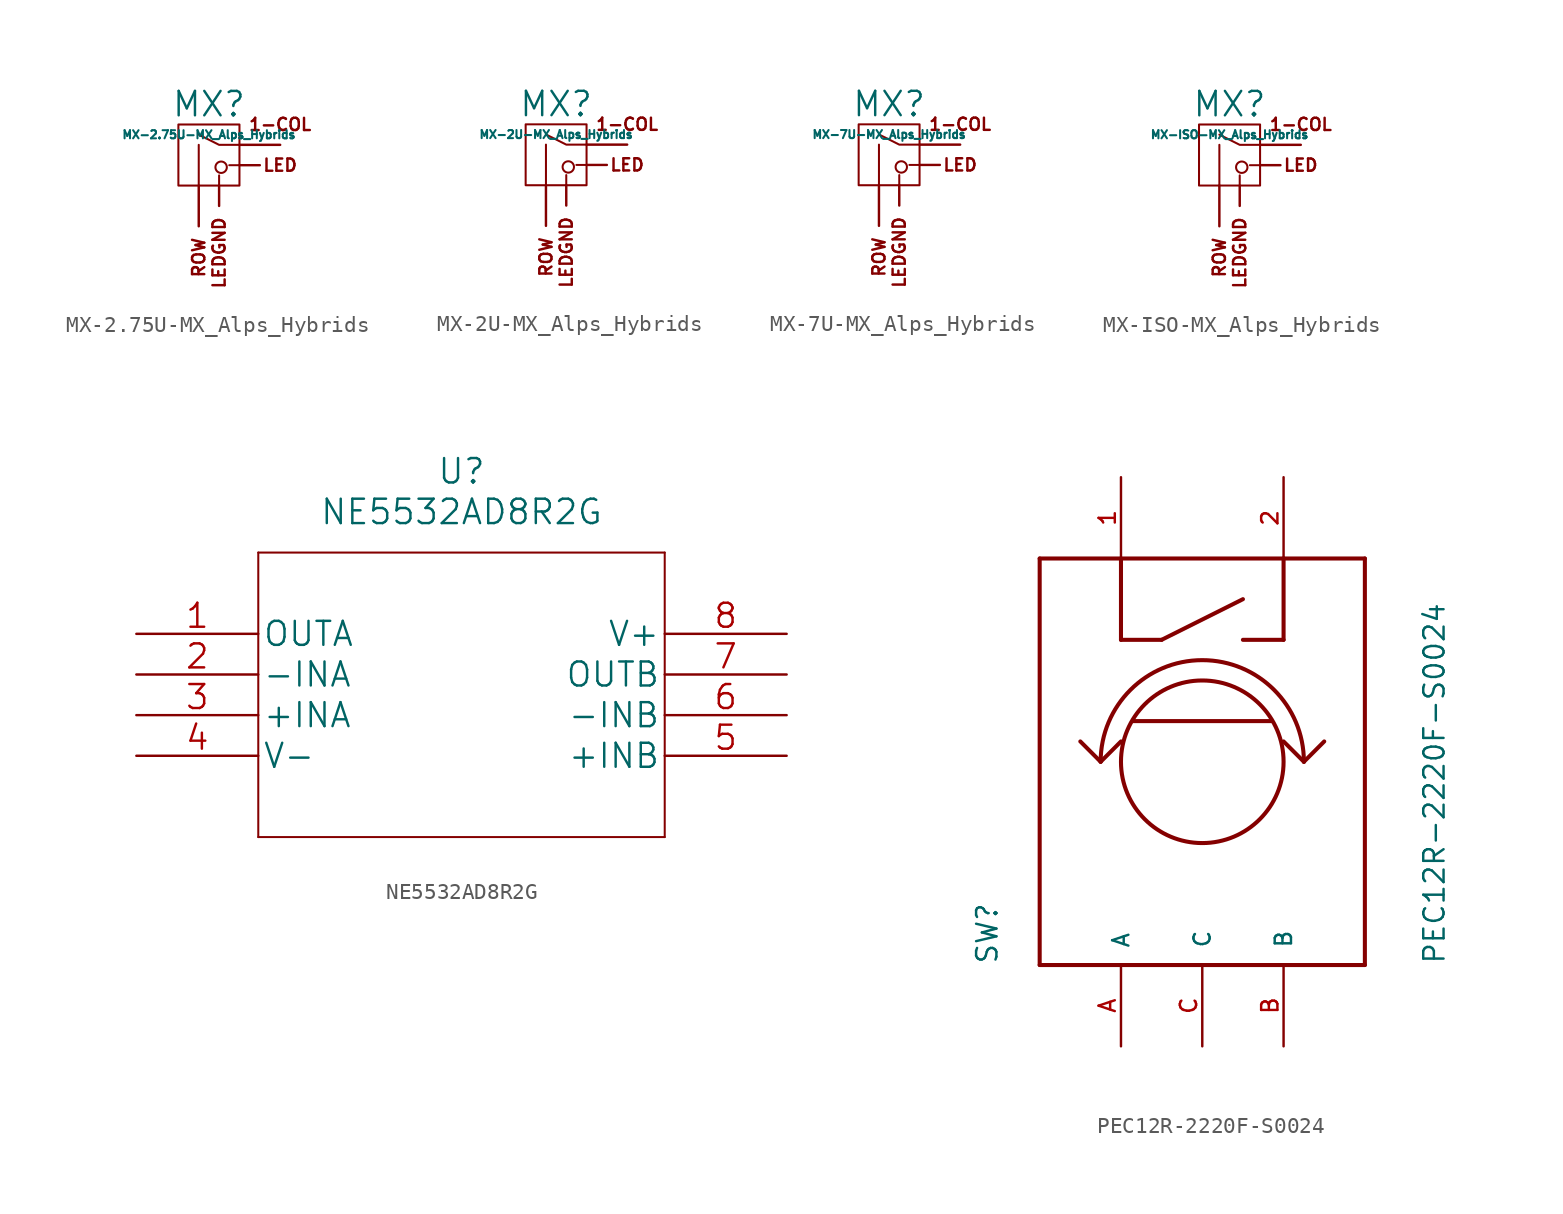
<source format=kicad_sym>
(kicad_symbol_lib
  (version 20241209)
  (generator "kicad_symbol_editor")
  (generator_version "9.0")
  (symbol "MX-2.75U-MX_Alps_Hybrids"
    (pin_names
      (offset 1.016))
    (property "Reference" "MX"
      (at 0 3.175 0)
      (effects (font (size 1.524 1.524))))
    (property "Value" "MX-2.75U-MX_Alps_Hybrids"
      (at 0 1.27 0)
      (effects (font (size 0.508 0.508))))
    (symbol "MX-2.75U-MX_Alps_Hybrids_0_0"
      (polyline (pts (xy -0.635 -1.905) (xy -0.635 0.635)) (stroke (width 0.127) (type solid)) (fill (type none)))
      (polyline (pts (xy 0.635 -1.905) (xy 0.635 -1.27)) (stroke (width 0.127) (type solid)) (fill (type none)))
      (circle (center 0.762 -0.762) (radius 0.356) (stroke (width 0.127) (type solid)) (fill (type none)))
      (polyline (pts (xy 1.905 0.635) (xy 0.635 0.635) (xy -0.635 1.27)) (stroke (width 0.127) (type solid)) (fill (type none)))
      (polyline (pts (xy 1.905 -0.635) (xy 1.27 -0.635)) (stroke (width 0.127) (type solid)) (fill (type none)))
      (rectangle (start 1.905 -1.905) (end -1.905 1.905) (stroke (width 0.127) (type solid)) (fill (type none)))
      (text "ROW" (at -0.635 -5.08 900) (effects (font (size 0.762 0.762)) (justify right)))
      (text "1-COL" (at 4.445 1.905 0) (effects (font (size 0.762 0.762))))
      (text "LED" (at 4.445 -0.635 0) (effects (font (size 0.762 0.762)))))
    (symbol "MX-2.75U-MX_Alps_Hybrids_1_0"
      (text "LEDGND" (at 0.635 -3.81 900) (effects (font (size 0.762 0.762)) (justify right))))
    (symbol "MX-2.75U-MX_Alps_Hybrids_1_1"
      (pin passive line (at -0.635 -4.445 90) (length 2.54) (name "ROW" (effects (font (size 0 0)))) (number "2" (effects (font (size 0 0)))))
      (pin passive line (at 0.635 -3.175 90) (length 1.27) (name "LEDGND" (effects (font (size 0 0)))) (number "4" (effects (font (size 0 0)))))
      (pin passive line (at 3.175 -0.635 180) (length 1.27) (name "LED" (effects (font (size 0 0)))) (number "3" (effects (font (size 0 0)))))
      (pin passive line (at 4.445 0.635 180) (length 2.54) (name "COL" (effects (font (size 0 0)))) (number "1" (effects (font (size 0 0)))))))
  (symbol "MX-2U-MX_Alps_Hybrids"
    (pin_names
      (offset 1.016))
    (property "Reference" "MX"
      (at 0 3.175 0)
      (effects (font (size 1.524 1.524))))
    (property "Value" "MX-2U-MX_Alps_Hybrids"
      (at 0 1.27 0)
      (effects (font (size 0.508 0.508))))
    (symbol "MX-2U-MX_Alps_Hybrids_0_0"
      (polyline (pts (xy -0.635 -1.905) (xy -0.635 0.635)) (stroke (width 0.127) (type solid)) (fill (type none)))
      (polyline (pts (xy 0.635 -1.905) (xy 0.635 -1.27)) (stroke (width 0.127) (type solid)) (fill (type none)))
      (circle (center 0.762 -0.762) (radius 0.356) (stroke (width 0.127) (type solid)) (fill (type none)))
      (polyline (pts (xy 1.905 0.635) (xy 0.635 0.635) (xy -0.635 1.27)) (stroke (width 0.127) (type solid)) (fill (type none)))
      (polyline (pts (xy 1.905 -0.635) (xy 1.27 -0.635)) (stroke (width 0.127) (type solid)) (fill (type none)))
      (rectangle (start 1.905 -1.905) (end -1.905 1.905) (stroke (width 0.127) (type solid)) (fill (type none)))
      (text "ROW" (at -0.635 -5.08 900) (effects (font (size 0.762 0.762)) (justify right)))
      (text "1-COL" (at 4.445 1.905 0) (effects (font (size 0.762 0.762))))
      (text "LED" (at 4.445 -0.635 0) (effects (font (size 0.762 0.762)))))
    (symbol "MX-2U-MX_Alps_Hybrids_1_0"
      (text "LEDGND" (at 0.635 -3.81 900) (effects (font (size 0.762 0.762)) (justify right))))
    (symbol "MX-2U-MX_Alps_Hybrids_1_1"
      (pin passive line (at -0.635 -4.445 90) (length 2.54) (name "ROW" (effects (font (size 0 0)))) (number "2" (effects (font (size 0 0)))))
      (pin passive line (at 0.635 -3.175 90) (length 1.27) (name "LEDGND" (effects (font (size 0 0)))) (number "4" (effects (font (size 0 0)))))
      (pin passive line (at 3.175 -0.635 180) (length 1.27) (name "LED" (effects (font (size 0 0)))) (number "3" (effects (font (size 0 0)))))
      (pin passive line (at 4.445 0.635 180) (length 2.54) (name "COL" (effects (font (size 0 0)))) (number "1" (effects (font (size 0 0)))))))
  (symbol "MX-7U-MX_Alps_Hybrids"
    (pin_names
      (offset 1.016))
    (property "Reference" "MX"
      (at 0 3.175 0)
      (effects (font (size 1.524 1.524))))
    (property "Value" "MX-7U-MX_Alps_Hybrids"
      (at 0 1.27 0)
      (effects (font (size 0.508 0.508))))
    (symbol "MX-7U-MX_Alps_Hybrids_0_0"
      (polyline (pts (xy -0.635 -1.905) (xy -0.635 0.635)) (stroke (width 0.127) (type solid)) (fill (type none)))
      (polyline (pts (xy 0.635 -1.905) (xy 0.635 -1.27)) (stroke (width 0.127) (type solid)) (fill (type none)))
      (circle (center 0.762 -0.762) (radius 0.356) (stroke (width 0.127) (type solid)) (fill (type none)))
      (polyline (pts (xy 1.905 0.635) (xy 0.635 0.635) (xy -0.635 1.27)) (stroke (width 0.127) (type solid)) (fill (type none)))
      (polyline (pts (xy 1.905 -0.635) (xy 1.27 -0.635)) (stroke (width 0.127) (type solid)) (fill (type none)))
      (rectangle (start 1.905 -1.905) (end -1.905 1.905) (stroke (width 0.127) (type solid)) (fill (type none)))
      (text "ROW" (at -0.635 -5.08 900) (effects (font (size 0.762 0.762)) (justify right)))
      (text "1-COL" (at 4.445 1.905 0) (effects (font (size 0.762 0.762))))
      (text "LED" (at 4.445 -0.635 0) (effects (font (size 0.762 0.762)))))
    (symbol "MX-7U-MX_Alps_Hybrids_1_0"
      (text "LEDGND" (at 0.635 -3.81 900) (effects (font (size 0.762 0.762)) (justify right))))
    (symbol "MX-7U-MX_Alps_Hybrids_1_1"
      (pin passive line (at -0.635 -4.445 90) (length 2.54) (name "ROW" (effects (font (size 0 0)))) (number "2" (effects (font (size 0 0)))))
      (pin passive line (at 0.635 -3.175 90) (length 1.27) (name "LEDGND" (effects (font (size 0 0)))) (number "4" (effects (font (size 0 0)))))
      (pin passive line (at 3.175 -0.635 180) (length 1.27) (name "LED" (effects (font (size 0 0)))) (number "3" (effects (font (size 0 0)))))
      (pin passive line (at 4.445 0.635 180) (length 2.54) (name "COL" (effects (font (size 0 0)))) (number "1" (effects (font (size 0 0)))))))
  (symbol "MX-ISO-MX_Alps_Hybrids"
    (pin_names
      (offset 1.016))
    (property "Reference" "MX"
      (at 0 3.175 0)
      (effects (font (size 1.524 1.524))))
    (property "Value" "MX-ISO-MX_Alps_Hybrids"
      (at 0 1.27 0)
      (effects (font (size 0.508 0.508))))
    (symbol "MX-ISO-MX_Alps_Hybrids_0_0"
      (polyline (pts (xy -0.635 -1.905) (xy -0.635 0.635)) (stroke (width 0.127) (type solid)) (fill (type none)))
      (polyline (pts (xy 0.635 -1.905) (xy 0.635 -1.27)) (stroke (width 0.127) (type solid)) (fill (type none)))
      (circle (center 0.762 -0.762) (radius 0.356) (stroke (width 0.127) (type solid)) (fill (type none)))
      (polyline (pts (xy 1.905 0.635) (xy 0.635 0.635) (xy -0.635 1.27)) (stroke (width 0.127) (type solid)) (fill (type none)))
      (polyline (pts (xy 1.905 -0.635) (xy 1.27 -0.635)) (stroke (width 0.127) (type solid)) (fill (type none)))
      (rectangle (start 1.905 -1.905) (end -1.905 1.905) (stroke (width 0.127) (type solid)) (fill (type none)))
      (text "ROW" (at -0.635 -5.08 900) (effects (font (size 0.762 0.762)) (justify right)))
      (text "1-COL" (at 4.445 1.905 0) (effects (font (size 0.762 0.762))))
      (text "LED" (at 4.445 -0.635 0) (effects (font (size 0.762 0.762)))))
    (symbol "MX-ISO-MX_Alps_Hybrids_1_0"
      (text "LEDGND" (at 0.635 -3.81 900) (effects (font (size 0.762 0.762)) (justify right))))
    (symbol "MX-ISO-MX_Alps_Hybrids_1_1"
      (pin passive line (at -0.635 -4.445 90) (length 2.54) (name "ROW" (effects (font (size 0 0)))) (number "2" (effects (font (size 0 0)))))
      (pin passive line (at 0.635 -3.175 90) (length 1.27) (name "LEDGND" (effects (font (size 0 0)))) (number "4" (effects (font (size 0 0)))))
      (pin passive line (at 3.175 -0.635 180) (length 1.27) (name "LED" (effects (font (size 0 0)))) (number "3" (effects (font (size 0 0)))))
      (pin passive line (at 4.445 0.635 180) (length 2.54) (name "COL" (effects (font (size 0 0)))) (number "1" (effects (font (size 0 0)))))))
  (symbol "NE5532AD8R2G"
    (pin_names
      (offset 0.254))
    (property "Reference" "U"
      (at 20.32 10.16 0)
      (effects (font (size 1.524 1.524))))
    (property "Value" "NE5532AD8R2G"
      (at 20.32 7.62 0)
      (effects (font (size 1.524 1.524))))
    (property "Datasheet" ""
      (at 0 0 0)
      (effects (font (size 1.524 1.524))))
    (property "ki_locked" ""
      (at 0 0 0)
      (effects (font (size 1.27 1.27))))
    (symbol "NE5532AD8R2G_1_1"
      (polyline (pts (xy 7.62 5.08) (xy 7.62 -12.7)) (stroke (width 0.127) (type solid)) (fill (type none)))
      (polyline (pts (xy 7.62 -12.7) (xy 33.02 -12.7)) (stroke (width 0.127) (type solid)) (fill (type none)))
      (polyline (pts (xy 33.02 5.08) (xy 7.62 5.08)) (stroke (width 0.127) (type solid)) (fill (type none)))
      (polyline (pts (xy 33.02 -12.7) (xy 33.02 5.08)) (stroke (width 0.127) (type solid)) (fill (type none)))
      (pin output line (at 0 0 0) (length 7.62) (name "OUTA" (effects (font (size 1.499 1.499)))) (number "1" (effects (font (size 1.499 1.499)))))
      (pin input line (at 0 -2.54 0) (length 7.62) (name "-INA" (effects (font (size 1.499 1.499)))) (number "2" (effects (font (size 1.499 1.499)))))
      (pin input line (at 0 -5.08 0) (length 7.62) (name "+INA" (effects (font (size 1.499 1.499)))) (number "3" (effects (font (size 1.499 1.499)))))
      (pin power_in line (at 0 -7.62 0) (length 7.62) (name "V-" (effects (font (size 1.499 1.499)))) (number "4" (effects (font (size 1.499 1.499)))))
      (pin power_in line (at 40.64 0 180) (length 7.62) (name "V+" (effects (font (size 1.499 1.499)))) (number "8" (effects (font (size 1.499 1.499)))))
      (pin output line (at 40.64 -2.54 180) (length 7.62) (name "OUTB" (effects (font (size 1.499 1.499)))) (number "7" (effects (font (size 1.499 1.499)))))
      (pin input line (at 40.64 -5.08 180) (length 7.62) (name "-INB" (effects (font (size 1.499 1.499)))) (number "6" (effects (font (size 1.499 1.499)))))
      (pin input line (at 40.64 -7.62 180) (length 7.62) (name "+INB" (effects (font (size 1.499 1.499)))) (number "5" (effects (font (size 1.499 1.499)))))))
  (symbol "PEC12R-2220F-S0024"
    (pin_names
      (offset 1.016))
    (property "Reference" "SW"
      (at -12.7 0 90)
      (effects (font (size 1.27 1.27)) (justify left bottom)))
    (property "Value" "PEC12R-2220F-S0024"
      (at 15.24 0 90)
      (effects (font (size 1.27 1.27)) (justify left bottom)))
    (property "ki_locked" ""
      (at 0 0 0)
      (effects (font (size 1.27 1.27))))
    (symbol "PEC12R-2220F-S0024_0_0"
      (polyline (pts (xy -10.16 25.4) (xy -10.16 0)) (stroke (width 0.254) (type solid)) (fill (type none)))
      (polyline (pts (xy -10.16 0) (xy 10.16 0)) (stroke (width 0.254) (type solid)) (fill (type none)))
      (polyline (pts (xy -7.62 13.97) (xy -6.35 12.7)) (stroke (width 0.254) (type solid)) (fill (type none)))
      (polyline (pts (xy -6.35 12.7) (xy -5.08 13.97)) (stroke (width 0.254) (type solid)) (fill (type none)))
      (polyline (pts (xy -5.08 25.4) (xy -10.16 25.4)) (stroke (width 0.254) (type solid)) (fill (type none)))
      (polyline (pts (xy -5.08 25.4) (xy -5.08 20.32)) (stroke (width 0.254) (type solid)) (fill (type none)))
      (polyline (pts (xy -5.08 20.32) (xy -2.54 20.32)) (stroke (width 0.254) (type solid)) (fill (type none)))
      (polyline (pts (xy -4.318 15.24) (xy 4.318 15.24)) (stroke (width 0.254) (type solid)) (fill (type none)))
      (polyline (pts (xy -2.54 20.32) (xy 2.54 22.86)) (stroke (width 0.254) (type solid)) (fill (type none)))
      (arc (start -6.35 12.7) (mid 0 19.05) (end 6.35 12.7) (stroke (width 0.254) (type solid)) (fill (type none)))
      (circle (center 0 12.7) (radius 5.08) (stroke (width 0.254) (type solid)) (fill (type none)))
      (polyline (pts (xy 2.54 20.32) (xy 5.08 20.32)) (stroke (width 0.254) (type solid)) (fill (type none)))
      (polyline (pts (xy 5.08 25.4) (xy -5.08 25.4)) (stroke (width 0.254) (type solid)) (fill (type none)))
      (polyline (pts (xy 5.08 20.32) (xy 5.08 25.4)) (stroke (width 0.254) (type solid)) (fill (type none)))
      (polyline (pts (xy 6.35 12.7) (xy 5.08 13.97)) (stroke (width 0.254) (type solid)) (fill (type none)))
      (polyline (pts (xy 6.35 12.7) (xy 7.62 13.97)) (stroke (width 0.254) (type solid)) (fill (type none)))
      (polyline (pts (xy 10.16 25.4) (xy 5.08 25.4)) (stroke (width 0.254) (type solid)) (fill (type none)))
      (polyline (pts (xy 10.16 0) (xy 10.16 25.4)) (stroke (width 0.254) (type solid)) (fill (type none)))
      (pin bidirectional line (at -5.08 30.48 270) (length 5.08) (name "~" (effects (font (size 1.016 1.016)))) (number "1" (effects (font (size 1.016 1.016)))))
      (pin bidirectional line (at -5.08 -5.08 90) (length 5.08) (name "A" (effects (font (size 1.016 1.016)))) (number "A" (effects (font (size 1.016 1.016)))))
      (pin bidirectional line (at 0 -5.08 90) (length 5.08) (name "C" (effects (font (size 1.016 1.016)))) (number "C" (effects (font (size 1.016 1.016)))))
      (pin bidirectional line (at 5.08 30.48 270) (length 5.08) (name "~" (effects (font (size 1.016 1.016)))) (number "2" (effects (font (size 1.016 1.016)))))
      (pin bidirectional line (at 5.08 -5.08 90) (length 5.08) (name "B" (effects (font (size 1.016 1.016)))) (number "B" (effects (font (size 1.016 1.016))))))))
</source>
